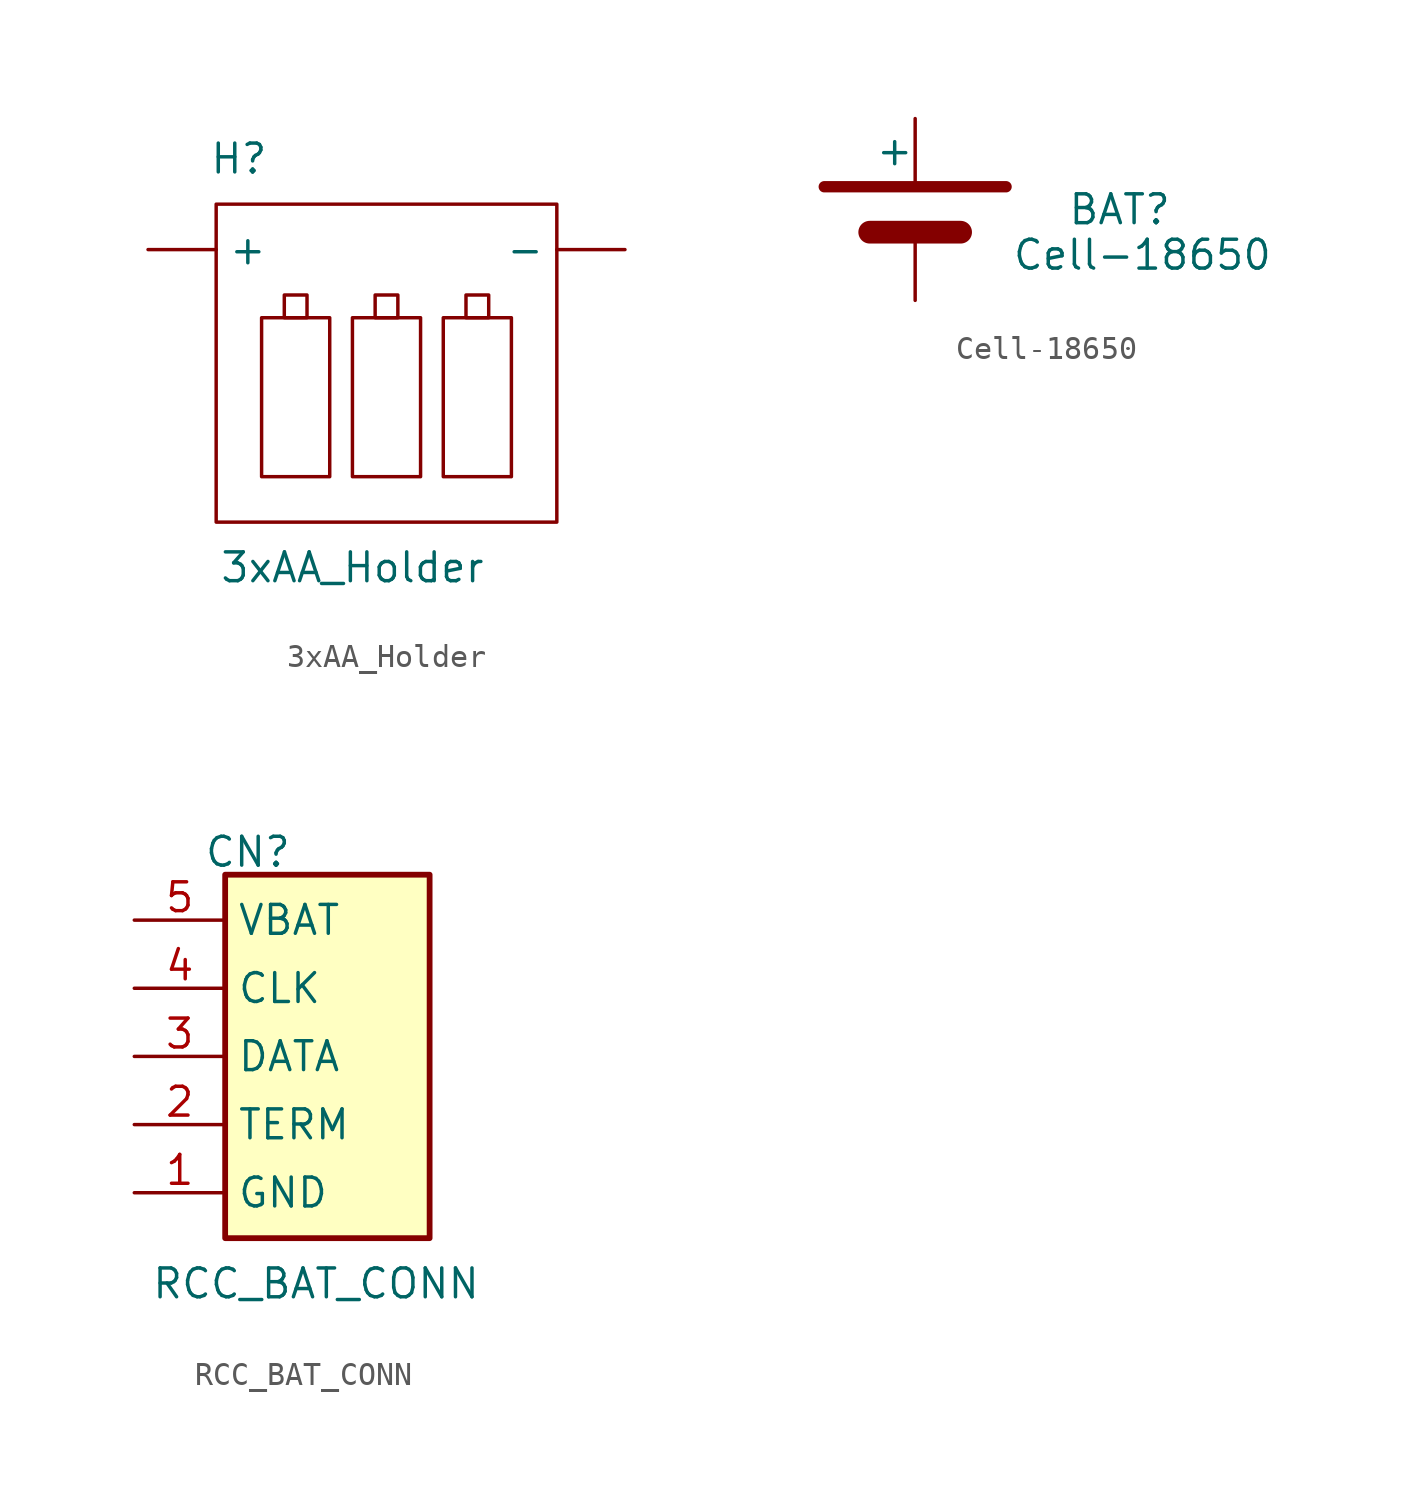
<source format=kicad_sym>
(kicad_symbol_lib
  (version 20211014)
  (generator kicad_symbol_editor)
  (symbol "3xAA_Holder"
    (pin_numbers hide)
    (property "Reference" "H"
      (at -6 0 0)
      (effects (font (size 1.27 1.27))))
    (property "Value" "3xAA_Holder"
      (at -1 -18 0)
      (effects (font (size 1.27 1.27))))
    (symbol "3xAA_Holder_0_1"
      (rectangle (start -7 -2) (end 8 -16) (stroke (width 0) (type default) (color 0 0 0 0)) (fill (type none)))
      (rectangle (start -5 -7) (end -2 -14) (stroke (width 0) (type default) (color 0 0 0 0)) (fill (type none)))
      (rectangle (start -4 -7) (end -3 -6) (stroke (width 0) (type default) (color 0 0 0 0)) (fill (type none)))
      (rectangle (start -1 -7) (end 2 -14) (stroke (width 0) (type default) (color 0 0 0 0)) (fill (type none)))
      (rectangle (start 0 -7) (end 1 -6) (stroke (width 0) (type default) (color 0 0 0 0)) (fill (type none)))
      (rectangle (start 3 -7) (end 6 -14) (stroke (width 0) (type default) (color 0 0 0 0)) (fill (type none)))
      (rectangle (start 4 -7) (end 5 -6) (stroke (width 0) (type default) (color 0 0 0 0)) (fill (type none))))
    (symbol "3xAA_Holder_1_1"
      (pin passive line (at -10 -4 0) (length 3) (name "+" (effects (font (size 1.27 1.27)))) (number "1" (effects (font (size 1.27 1.27)))))
      (pin passive line (at 11 -4 180) (length 3) (name "-" (effects (font (size 1.27 1.27)))) (number "2" (effects (font (size 1.27 1.27)))))))
  (symbol "Cell-18650"
    (pin_numbers hide)
    (pin_names
      (offset 0))
    (property "Reference" "BAT"
      (at 11 0 0)
      (effects (font (size 1.27 1.27))))
    (property "Value" "Cell-18650"
      (at 12 -2 0)
      (effects (font (size 1.27 1.27))))
    (symbol "Cell-18650_0_1"
      (polyline (pts (xy -2 1) (xy 6 1)) (stroke (width 0.5) (type default) (color 0 0 0 0)) (fill (type none)))
      (polyline (pts (xy 0 -1) (xy 4 -1)) (stroke (width 1) (type default) (color 0 0 0 0)) (fill (type none))))
    (symbol "Cell-18650_1_1"
      (pin passive line (at 2 4 270) (length 3) (name "+" (effects (font (size 1.27 1.27)))) (number "1" (effects (font (size 1.27 1.27)))))
      (pin passive line (at 2 -4 90) (length 3) (name "" (effects (font (size 1.27 1.27)))) (number "2" (effects (font (size 1.27 1.27)))))))
  (symbol "RCC_BAT_CONN"
    (property "Reference" "CN"
      (at -3 -1 0)
      (effects (font (size 1.27 1.27))))
    (property "Value" "RCC_BAT_CONN"
      (at 0 -20 0)
      (effects (font (size 1.27 1.27))))
    (symbol "RCC_BAT_CONN_1_1"
      (rectangle (start 5 -2) (end -4 -18) (stroke (width 0.254) (type default) (color 0 0 0 0)) (fill (type background)))
      (pin passive line (at -8 -16 0) (length 4) (name "GND" (effects (font (size 1.27 1.27)))) (number "1" (effects (font (size 1.27 1.27)))))
      (pin passive line (at -8 -13 0) (length 4) (name "TERM" (effects (font (size 1.27 1.27)))) (number "2" (effects (font (size 1.27 1.27)))))
      (pin passive line (at -8 -10 0) (length 4) (name "DATA" (effects (font (size 1.27 1.27)))) (number "3" (effects (font (size 1.27 1.27)))))
      (pin passive line (at -8 -7 0) (length 4) (name "CLK" (effects (font (size 1.27 1.27)))) (number "4" (effects (font (size 1.27 1.27)))))
      (pin passive line (at -8 -4 0) (length 4) (name "VBAT" (effects (font (size 1.27 1.27)))) (number "5" (effects (font (size 1.27 1.27))))))))
</source>
